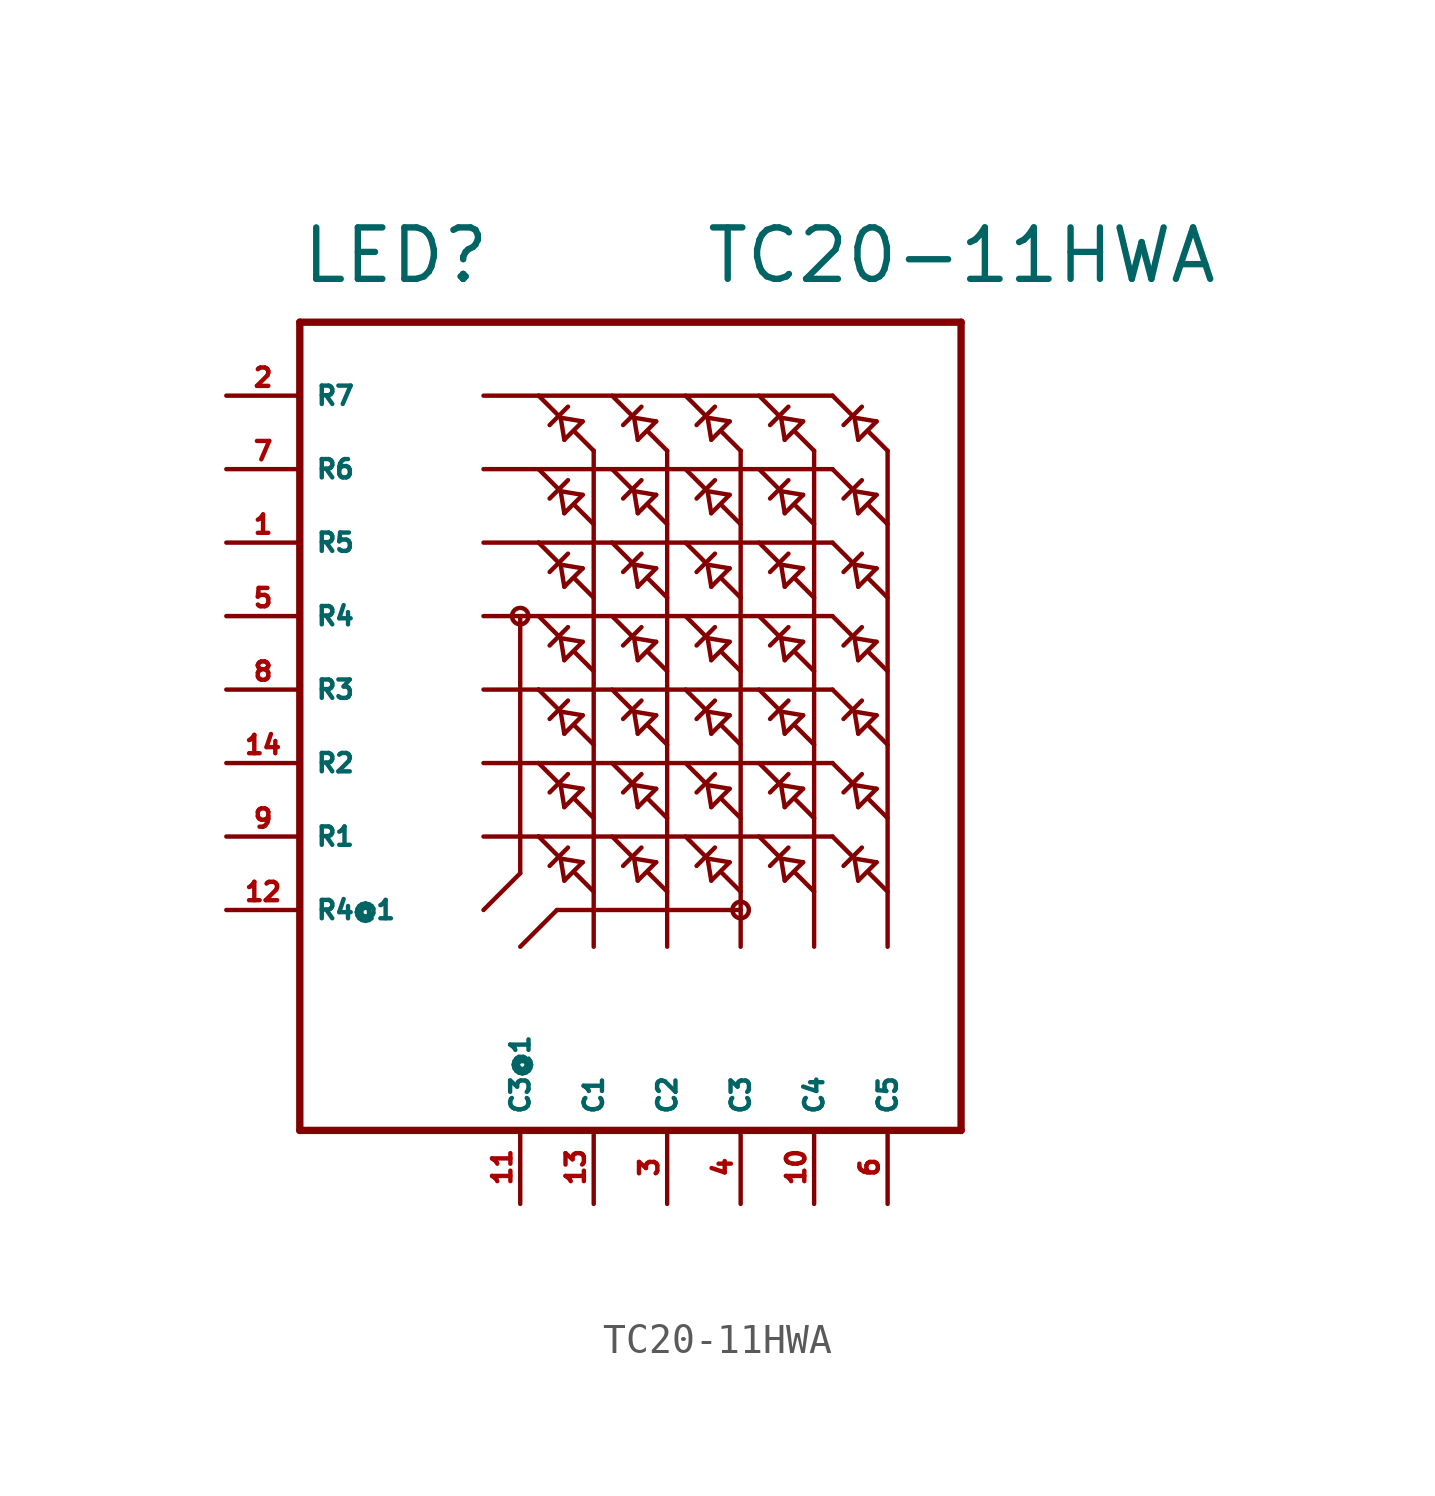
<source format=kicad_sym>
(kicad_symbol_lib
  (version 20220914)
  (generator Eagle2Kicad)
  (symbol "TC20-11HWA"
    (property "Reference" "LED"
      (at -12.7 13.97 0)
      (effects (font (size 1.778 1.778) (thickness 0.22)) (justify left bottom)))
    (property "Value" "TC20-11HWA"
      (at 1.27 13.97 0)
      (effects (font (size 1.778 1.778) (thickness 0.22)) (justify left bottom)))
    (polyline
      (pts (xy -6.35 10.16) (xy -4.445 10.16))
      (stroke (width 0.152) (type default))
      (fill (type none)))
    (polyline
      (pts (xy -4.445 10.16) (xy 5.715 10.16))
      (stroke (width 0.152) (type default))
      (fill (type none)))
    (polyline
      (pts (xy -3.175 8.89) (xy -2.54 8.255))
      (stroke (width 0.152) (type default))
      (fill (type none)))
    (polyline
      (pts (xy -3.556 8.636) (xy -2.921 9.271))
      (stroke (width 0.152) (type default))
      (fill (type none)))
    (polyline
      (pts (xy -3.429 9.779) (xy -4.064 9.144))
      (stroke (width 0.152) (type default))
      (fill (type none)))
    (polyline
      (pts (xy -4.445 10.16) (xy -3.81 9.525))
      (stroke (width 0.152) (type default))
      (fill (type none)))
    (polyline
      (pts (xy -2.54 8.255) (xy -2.54 -8.89))
      (stroke (width 0.152) (type default))
      (fill (type none)))
    (polyline
      (pts (xy -12.7 -15.24) (xy 10.16 -15.24))
      (stroke (width 0.254) (type default))
      (fill (type none)))
    (polyline
      (pts (xy 10.16 -15.24) (xy 10.16 12.7))
      (stroke (width 0.254) (type default))
      (fill (type none)))
    (polyline
      (pts (xy 10.16 12.7) (xy -12.7 12.7))
      (stroke (width 0.254) (type default))
      (fill (type none)))
    (polyline
      (pts (xy -12.7 12.7) (xy -12.7 -15.24))
      (stroke (width 0.254) (type default))
      (fill (type none)))
    (polyline
      (pts (xy 0 8.255) (xy 0 -8.89))
      (stroke (width 0.152) (type default))
      (fill (type none)))
    (polyline
      (pts (xy 2.54 8.255) (xy 2.54 -7.62))
      (stroke (width 0.152) (type default))
      (fill (type none)))
    (polyline
      (pts (xy 2.54 -7.62) (xy 2.54 -8.89))
      (stroke (width 0.152) (type default))
      (fill (type none)))
    (polyline
      (pts (xy 5.08 8.255) (xy 5.08 -8.89))
      (stroke (width 0.152) (type default))
      (fill (type none)))
    (polyline
      (pts (xy 7.62 8.255) (xy 7.62 -8.89))
      (stroke (width 0.152) (type default))
      (fill (type none)))
    (polyline
      (pts (xy -6.35 7.62) (xy -4.445 7.62))
      (stroke (width 0.152) (type default))
      (fill (type none)))
    (polyline
      (pts (xy -4.445 7.62) (xy 5.715 7.62))
      (stroke (width 0.152) (type default))
      (fill (type none)))
    (polyline
      (pts (xy -6.35 5.08) (xy -4.445 5.08))
      (stroke (width 0.152) (type default))
      (fill (type none)))
    (polyline
      (pts (xy -4.445 5.08) (xy 5.715 5.08))
      (stroke (width 0.152) (type default))
      (fill (type none)))
    (polyline
      (pts (xy -6.35 2.54) (xy -5.08 2.54))
      (stroke (width 0.152) (type default))
      (fill (type none)))
    (polyline
      (pts (xy -5.08 2.54) (xy -4.445 2.54))
      (stroke (width 0.152) (type default))
      (fill (type none)))
    (polyline
      (pts (xy -4.445 2.54) (xy 5.715 2.54))
      (stroke (width 0.152) (type default))
      (fill (type none)))
    (polyline
      (pts (xy -6.35 0) (xy -4.445 0))
      (stroke (width 0.152) (type default))
      (fill (type none)))
    (polyline
      (pts (xy -4.445 0) (xy 5.715 0))
      (stroke (width 0.152) (type default))
      (fill (type none)))
    (polyline
      (pts (xy -6.35 -2.54) (xy -4.445 -2.54))
      (stroke (width 0.152) (type default))
      (fill (type none)))
    (polyline
      (pts (xy -4.445 -2.54) (xy 5.715 -2.54))
      (stroke (width 0.152) (type default))
      (fill (type none)))
    (polyline
      (pts (xy -6.35 -5.08) (xy -4.445 -5.08))
      (stroke (width 0.152) (type default))
      (fill (type none)))
    (polyline
      (pts (xy -4.445 -5.08) (xy 5.715 -5.08))
      (stroke (width 0.152) (type default))
      (fill (type none)))
    (polyline
      (pts (xy -6.35 -7.62) (xy -5.08 -6.35))
      (stroke (width 0.152) (type default))
      (fill (type none)))
    (polyline
      (pts (xy -5.08 -6.35) (xy -5.08 2.54))
      (stroke (width 0.152) (type default))
      (fill (type none)))
    (polyline
      (pts (xy -5.08 -8.89) (xy -3.81 -7.62))
      (stroke (width 0.152) (type default))
      (fill (type none)))
    (polyline
      (pts (xy -3.81 -7.62) (xy 2.54 -7.62))
      (stroke (width 0.152) (type default))
      (fill (type none)))
    (polyline
      (pts (xy -3.683 9.398) (xy -2.921 9.271))
      (stroke (width 0.152) (type default))
      (fill (type none)))
    (polyline
      (pts (xy -3.556 8.636) (xy -3.683 9.398))
      (stroke (width 0.152) (type default))
      (fill (type none)))
    (polyline
      (pts (xy -0.635 8.89) (xy 0 8.255))
      (stroke (width 0.152) (type default))
      (fill (type none)))
    (polyline
      (pts (xy -1.016 8.636) (xy -0.381 9.271))
      (stroke (width 0.152) (type default))
      (fill (type none)))
    (polyline
      (pts (xy -0.889 9.779) (xy -1.524 9.144))
      (stroke (width 0.152) (type default))
      (fill (type none)))
    (polyline
      (pts (xy -1.905 10.16) (xy -1.27 9.525))
      (stroke (width 0.152) (type default))
      (fill (type none)))
    (polyline
      (pts (xy -1.143 9.398) (xy -0.381 9.271))
      (stroke (width 0.152) (type default))
      (fill (type none)))
    (polyline
      (pts (xy -1.016 8.636) (xy -1.143 9.398))
      (stroke (width 0.152) (type default))
      (fill (type none)))
    (polyline
      (pts (xy 1.905 8.89) (xy 2.54 8.255))
      (stroke (width 0.152) (type default))
      (fill (type none)))
    (polyline
      (pts (xy 1.524 8.636) (xy 2.159 9.271))
      (stroke (width 0.152) (type default))
      (fill (type none)))
    (polyline
      (pts (xy 1.651 9.779) (xy 1.016 9.144))
      (stroke (width 0.152) (type default))
      (fill (type none)))
    (polyline
      (pts (xy 0.635 10.16) (xy 1.27 9.525))
      (stroke (width 0.152) (type default))
      (fill (type none)))
    (polyline
      (pts (xy 1.397 9.398) (xy 2.159 9.271))
      (stroke (width 0.152) (type default))
      (fill (type none)))
    (polyline
      (pts (xy 1.524 8.636) (xy 1.397 9.398))
      (stroke (width 0.152) (type default))
      (fill (type none)))
    (polyline
      (pts (xy 4.445 8.89) (xy 5.08 8.255))
      (stroke (width 0.152) (type default))
      (fill (type none)))
    (polyline
      (pts (xy 4.064 8.636) (xy 4.699 9.271))
      (stroke (width 0.152) (type default))
      (fill (type none)))
    (polyline
      (pts (xy 4.191 9.779) (xy 3.556 9.144))
      (stroke (width 0.152) (type default))
      (fill (type none)))
    (polyline
      (pts (xy 3.175 10.16) (xy 3.81 9.525))
      (stroke (width 0.152) (type default))
      (fill (type none)))
    (polyline
      (pts (xy 3.937 9.398) (xy 4.699 9.271))
      (stroke (width 0.152) (type default))
      (fill (type none)))
    (polyline
      (pts (xy 4.064 8.636) (xy 3.937 9.398))
      (stroke (width 0.152) (type default))
      (fill (type none)))
    (polyline
      (pts (xy 6.985 8.89) (xy 7.62 8.255))
      (stroke (width 0.152) (type default))
      (fill (type none)))
    (polyline
      (pts (xy 6.604 8.636) (xy 7.239 9.271))
      (stroke (width 0.152) (type default))
      (fill (type none)))
    (polyline
      (pts (xy 6.731 9.779) (xy 6.096 9.144))
      (stroke (width 0.152) (type default))
      (fill (type none)))
    (polyline
      (pts (xy 5.715 10.16) (xy 6.35 9.525))
      (stroke (width 0.152) (type default))
      (fill (type none)))
    (polyline
      (pts (xy 6.477 9.398) (xy 7.239 9.271))
      (stroke (width 0.152) (type default))
      (fill (type none)))
    (polyline
      (pts (xy 6.604 8.636) (xy 6.477 9.398))
      (stroke (width 0.152) (type default))
      (fill (type none)))
    (polyline
      (pts (xy -3.175 6.35) (xy -2.54 5.715))
      (stroke (width 0.152) (type default))
      (fill (type none)))
    (polyline
      (pts (xy -3.556 6.096) (xy -2.921 6.731))
      (stroke (width 0.152) (type default))
      (fill (type none)))
    (polyline
      (pts (xy -3.429 7.239) (xy -4.064 6.604))
      (stroke (width 0.152) (type default))
      (fill (type none)))
    (polyline
      (pts (xy -4.445 7.62) (xy -3.81 6.985))
      (stroke (width 0.152) (type default))
      (fill (type none)))
    (polyline
      (pts (xy -3.683 6.858) (xy -2.921 6.731))
      (stroke (width 0.152) (type default))
      (fill (type none)))
    (polyline
      (pts (xy -3.556 6.096) (xy -3.683 6.858))
      (stroke (width 0.152) (type default))
      (fill (type none)))
    (polyline
      (pts (xy -0.635 6.35) (xy 0 5.715))
      (stroke (width 0.152) (type default))
      (fill (type none)))
    (polyline
      (pts (xy -1.016 6.096) (xy -0.381 6.731))
      (stroke (width 0.152) (type default))
      (fill (type none)))
    (polyline
      (pts (xy -0.889 7.239) (xy -1.524 6.604))
      (stroke (width 0.152) (type default))
      (fill (type none)))
    (polyline
      (pts (xy -1.905 7.62) (xy -1.27 6.985))
      (stroke (width 0.152) (type default))
      (fill (type none)))
    (polyline
      (pts (xy -1.143 6.858) (xy -0.381 6.731))
      (stroke (width 0.152) (type default))
      (fill (type none)))
    (polyline
      (pts (xy -1.016 6.096) (xy -1.143 6.858))
      (stroke (width 0.152) (type default))
      (fill (type none)))
    (polyline
      (pts (xy 1.905 6.35) (xy 2.54 5.715))
      (stroke (width 0.152) (type default))
      (fill (type none)))
    (polyline
      (pts (xy 1.524 6.096) (xy 2.159 6.731))
      (stroke (width 0.152) (type default))
      (fill (type none)))
    (polyline
      (pts (xy 1.651 7.239) (xy 1.016 6.604))
      (stroke (width 0.152) (type default))
      (fill (type none)))
    (polyline
      (pts (xy 0.635 7.62) (xy 1.27 6.985))
      (stroke (width 0.152) (type default))
      (fill (type none)))
    (polyline
      (pts (xy 1.397 6.858) (xy 2.159 6.731))
      (stroke (width 0.152) (type default))
      (fill (type none)))
    (polyline
      (pts (xy 1.524 6.096) (xy 1.397 6.858))
      (stroke (width 0.152) (type default))
      (fill (type none)))
    (polyline
      (pts (xy 4.445 6.35) (xy 5.08 5.715))
      (stroke (width 0.152) (type default))
      (fill (type none)))
    (polyline
      (pts (xy 4.064 6.096) (xy 4.699 6.731))
      (stroke (width 0.152) (type default))
      (fill (type none)))
    (polyline
      (pts (xy 4.191 7.239) (xy 3.556 6.604))
      (stroke (width 0.152) (type default))
      (fill (type none)))
    (polyline
      (pts (xy 3.175 7.62) (xy 3.81 6.985))
      (stroke (width 0.152) (type default))
      (fill (type none)))
    (polyline
      (pts (xy 3.937 6.858) (xy 4.699 6.731))
      (stroke (width 0.152) (type default))
      (fill (type none)))
    (polyline
      (pts (xy 4.064 6.096) (xy 3.937 6.858))
      (stroke (width 0.152) (type default))
      (fill (type none)))
    (polyline
      (pts (xy 6.985 6.35) (xy 7.62 5.715))
      (stroke (width 0.152) (type default))
      (fill (type none)))
    (polyline
      (pts (xy 6.604 6.096) (xy 7.239 6.731))
      (stroke (width 0.152) (type default))
      (fill (type none)))
    (polyline
      (pts (xy 6.731 7.239) (xy 6.096 6.604))
      (stroke (width 0.152) (type default))
      (fill (type none)))
    (polyline
      (pts (xy 5.715 7.62) (xy 6.35 6.985))
      (stroke (width 0.152) (type default))
      (fill (type none)))
    (polyline
      (pts (xy 6.477 6.858) (xy 7.239 6.731))
      (stroke (width 0.152) (type default))
      (fill (type none)))
    (polyline
      (pts (xy 6.604 6.096) (xy 6.477 6.858))
      (stroke (width 0.152) (type default))
      (fill (type none)))
    (polyline
      (pts (xy -3.175 3.81) (xy -2.54 3.175))
      (stroke (width 0.152) (type default))
      (fill (type none)))
    (polyline
      (pts (xy -3.556 3.556) (xy -2.921 4.191))
      (stroke (width 0.152) (type default))
      (fill (type none)))
    (polyline
      (pts (xy -3.429 4.699) (xy -4.064 4.064))
      (stroke (width 0.152) (type default))
      (fill (type none)))
    (polyline
      (pts (xy -4.445 5.08) (xy -3.81 4.445))
      (stroke (width 0.152) (type default))
      (fill (type none)))
    (polyline
      (pts (xy -3.683 4.318) (xy -2.921 4.191))
      (stroke (width 0.152) (type default))
      (fill (type none)))
    (polyline
      (pts (xy -3.556 3.556) (xy -3.683 4.318))
      (stroke (width 0.152) (type default))
      (fill (type none)))
    (polyline
      (pts (xy -0.635 3.81) (xy 0 3.175))
      (stroke (width 0.152) (type default))
      (fill (type none)))
    (polyline
      (pts (xy -1.016 3.556) (xy -0.381 4.191))
      (stroke (width 0.152) (type default))
      (fill (type none)))
    (polyline
      (pts (xy -0.889 4.699) (xy -1.524 4.064))
      (stroke (width 0.152) (type default))
      (fill (type none)))
    (polyline
      (pts (xy -1.905 5.08) (xy -1.27 4.445))
      (stroke (width 0.152) (type default))
      (fill (type none)))
    (polyline
      (pts (xy -1.143 4.318) (xy -0.381 4.191))
      (stroke (width 0.152) (type default))
      (fill (type none)))
    (polyline
      (pts (xy -1.016 3.556) (xy -1.143 4.318))
      (stroke (width 0.152) (type default))
      (fill (type none)))
    (polyline
      (pts (xy 1.905 3.81) (xy 2.54 3.175))
      (stroke (width 0.152) (type default))
      (fill (type none)))
    (polyline
      (pts (xy 1.524 3.556) (xy 2.159 4.191))
      (stroke (width 0.152) (type default))
      (fill (type none)))
    (polyline
      (pts (xy 1.651 4.699) (xy 1.016 4.064))
      (stroke (width 0.152) (type default))
      (fill (type none)))
    (polyline
      (pts (xy 0.635 5.08) (xy 1.27 4.445))
      (stroke (width 0.152) (type default))
      (fill (type none)))
    (polyline
      (pts (xy 1.397 4.318) (xy 2.159 4.191))
      (stroke (width 0.152) (type default))
      (fill (type none)))
    (polyline
      (pts (xy 1.524 3.556) (xy 1.397 4.318))
      (stroke (width 0.152) (type default))
      (fill (type none)))
    (polyline
      (pts (xy 4.445 3.81) (xy 5.08 3.175))
      (stroke (width 0.152) (type default))
      (fill (type none)))
    (polyline
      (pts (xy 4.064 3.556) (xy 4.699 4.191))
      (stroke (width 0.152) (type default))
      (fill (type none)))
    (polyline
      (pts (xy 4.191 4.699) (xy 3.556 4.064))
      (stroke (width 0.152) (type default))
      (fill (type none)))
    (polyline
      (pts (xy 3.175 5.08) (xy 3.81 4.445))
      (stroke (width 0.152) (type default))
      (fill (type none)))
    (polyline
      (pts (xy 3.937 4.318) (xy 4.699 4.191))
      (stroke (width 0.152) (type default))
      (fill (type none)))
    (polyline
      (pts (xy 4.064 3.556) (xy 3.937 4.318))
      (stroke (width 0.152) (type default))
      (fill (type none)))
    (polyline
      (pts (xy 6.985 3.81) (xy 7.62 3.175))
      (stroke (width 0.152) (type default))
      (fill (type none)))
    (polyline
      (pts (xy 6.604 3.556) (xy 7.239 4.191))
      (stroke (width 0.152) (type default))
      (fill (type none)))
    (polyline
      (pts (xy 6.731 4.699) (xy 6.096 4.064))
      (stroke (width 0.152) (type default))
      (fill (type none)))
    (polyline
      (pts (xy 5.715 5.08) (xy 6.35 4.445))
      (stroke (width 0.152) (type default))
      (fill (type none)))
    (polyline
      (pts (xy 6.477 4.318) (xy 7.239 4.191))
      (stroke (width 0.152) (type default))
      (fill (type none)))
    (polyline
      (pts (xy 6.604 3.556) (xy 6.477 4.318))
      (stroke (width 0.152) (type default))
      (fill (type none)))
    (polyline
      (pts (xy -3.175 1.27) (xy -2.54 0.635))
      (stroke (width 0.152) (type default))
      (fill (type none)))
    (polyline
      (pts (xy -3.556 1.016) (xy -2.921 1.651))
      (stroke (width 0.152) (type default))
      (fill (type none)))
    (polyline
      (pts (xy -3.429 2.159) (xy -4.064 1.524))
      (stroke (width 0.152) (type default))
      (fill (type none)))
    (polyline
      (pts (xy -4.445 2.54) (xy -3.81 1.905))
      (stroke (width 0.152) (type default))
      (fill (type none)))
    (polyline
      (pts (xy -3.683 1.778) (xy -2.921 1.651))
      (stroke (width 0.152) (type default))
      (fill (type none)))
    (polyline
      (pts (xy -3.556 1.016) (xy -3.683 1.778))
      (stroke (width 0.152) (type default))
      (fill (type none)))
    (polyline
      (pts (xy -0.635 1.27) (xy 0 0.635))
      (stroke (width 0.152) (type default))
      (fill (type none)))
    (polyline
      (pts (xy -1.016 1.016) (xy -0.381 1.651))
      (stroke (width 0.152) (type default))
      (fill (type none)))
    (polyline
      (pts (xy -0.889 2.159) (xy -1.524 1.524))
      (stroke (width 0.152) (type default))
      (fill (type none)))
    (polyline
      (pts (xy -1.905 2.54) (xy -1.27 1.905))
      (stroke (width 0.152) (type default))
      (fill (type none)))
    (polyline
      (pts (xy -1.143 1.778) (xy -0.381 1.651))
      (stroke (width 0.152) (type default))
      (fill (type none)))
    (polyline
      (pts (xy -1.016 1.016) (xy -1.143 1.778))
      (stroke (width 0.152) (type default))
      (fill (type none)))
    (polyline
      (pts (xy 1.905 1.27) (xy 2.54 0.635))
      (stroke (width 0.152) (type default))
      (fill (type none)))
    (polyline
      (pts (xy 1.524 1.016) (xy 2.159 1.651))
      (stroke (width 0.152) (type default))
      (fill (type none)))
    (polyline
      (pts (xy 1.651 2.159) (xy 1.016 1.524))
      (stroke (width 0.152) (type default))
      (fill (type none)))
    (polyline
      (pts (xy 0.635 2.54) (xy 1.27 1.905))
      (stroke (width 0.152) (type default))
      (fill (type none)))
    (polyline
      (pts (xy 1.397 1.778) (xy 2.159 1.651))
      (stroke (width 0.152) (type default))
      (fill (type none)))
    (polyline
      (pts (xy 1.524 1.016) (xy 1.397 1.778))
      (stroke (width 0.152) (type default))
      (fill (type none)))
    (polyline
      (pts (xy 4.445 1.27) (xy 5.08 0.635))
      (stroke (width 0.152) (type default))
      (fill (type none)))
    (polyline
      (pts (xy 4.064 1.016) (xy 4.699 1.651))
      (stroke (width 0.152) (type default))
      (fill (type none)))
    (polyline
      (pts (xy 4.191 2.159) (xy 3.556 1.524))
      (stroke (width 0.152) (type default))
      (fill (type none)))
    (polyline
      (pts (xy 3.175 2.54) (xy 3.81 1.905))
      (stroke (width 0.152) (type default))
      (fill (type none)))
    (polyline
      (pts (xy 3.937 1.778) (xy 4.699 1.651))
      (stroke (width 0.152) (type default))
      (fill (type none)))
    (polyline
      (pts (xy 4.064 1.016) (xy 3.937 1.778))
      (stroke (width 0.152) (type default))
      (fill (type none)))
    (polyline
      (pts (xy 6.985 1.27) (xy 7.62 0.635))
      (stroke (width 0.152) (type default))
      (fill (type none)))
    (polyline
      (pts (xy 6.604 1.016) (xy 7.239 1.651))
      (stroke (width 0.152) (type default))
      (fill (type none)))
    (polyline
      (pts (xy 6.731 2.159) (xy 6.096 1.524))
      (stroke (width 0.152) (type default))
      (fill (type none)))
    (polyline
      (pts (xy 5.715 2.54) (xy 6.35 1.905))
      (stroke (width 0.152) (type default))
      (fill (type none)))
    (polyline
      (pts (xy 6.477 1.778) (xy 7.239 1.651))
      (stroke (width 0.152) (type default))
      (fill (type none)))
    (polyline
      (pts (xy 6.604 1.016) (xy 6.477 1.778))
      (stroke (width 0.152) (type default))
      (fill (type none)))
    (polyline
      (pts (xy -3.175 -1.27) (xy -2.54 -1.905))
      (stroke (width 0.152) (type default))
      (fill (type none)))
    (polyline
      (pts (xy -3.556 -1.524) (xy -2.921 -0.889))
      (stroke (width 0.152) (type default))
      (fill (type none)))
    (polyline
      (pts (xy -3.429 -0.381) (xy -4.064 -1.016))
      (stroke (width 0.152) (type default))
      (fill (type none)))
    (polyline
      (pts (xy -4.445 0) (xy -3.81 -0.635))
      (stroke (width 0.152) (type default))
      (fill (type none)))
    (polyline
      (pts (xy -3.683 -0.762) (xy -2.921 -0.889))
      (stroke (width 0.152) (type default))
      (fill (type none)))
    (polyline
      (pts (xy -3.556 -1.524) (xy -3.683 -0.762))
      (stroke (width 0.152) (type default))
      (fill (type none)))
    (polyline
      (pts (xy -0.635 -1.27) (xy 0 -1.905))
      (stroke (width 0.152) (type default))
      (fill (type none)))
    (polyline
      (pts (xy -1.016 -1.524) (xy -0.381 -0.889))
      (stroke (width 0.152) (type default))
      (fill (type none)))
    (polyline
      (pts (xy -0.889 -0.381) (xy -1.524 -1.016))
      (stroke (width 0.152) (type default))
      (fill (type none)))
    (polyline
      (pts (xy -1.905 0) (xy -1.27 -0.635))
      (stroke (width 0.152) (type default))
      (fill (type none)))
    (polyline
      (pts (xy -1.143 -0.762) (xy -0.381 -0.889))
      (stroke (width 0.152) (type default))
      (fill (type none)))
    (polyline
      (pts (xy -1.016 -1.524) (xy -1.143 -0.762))
      (stroke (width 0.152) (type default))
      (fill (type none)))
    (polyline
      (pts (xy 1.905 -1.27) (xy 2.54 -1.905))
      (stroke (width 0.152) (type default))
      (fill (type none)))
    (polyline
      (pts (xy 1.524 -1.524) (xy 2.159 -0.889))
      (stroke (width 0.152) (type default))
      (fill (type none)))
    (polyline
      (pts (xy 1.651 -0.381) (xy 1.016 -1.016))
      (stroke (width 0.152) (type default))
      (fill (type none)))
    (polyline
      (pts (xy 0.635 0) (xy 1.27 -0.635))
      (stroke (width 0.152) (type default))
      (fill (type none)))
    (polyline
      (pts (xy 1.397 -0.762) (xy 2.159 -0.889))
      (stroke (width 0.152) (type default))
      (fill (type none)))
    (polyline
      (pts (xy 1.524 -1.524) (xy 1.397 -0.762))
      (stroke (width 0.152) (type default))
      (fill (type none)))
    (polyline
      (pts (xy 4.445 -1.27) (xy 5.08 -1.905))
      (stroke (width 0.152) (type default))
      (fill (type none)))
    (polyline
      (pts (xy 4.064 -1.524) (xy 4.699 -0.889))
      (stroke (width 0.152) (type default))
      (fill (type none)))
    (polyline
      (pts (xy 4.191 -0.381) (xy 3.556 -1.016))
      (stroke (width 0.152) (type default))
      (fill (type none)))
    (polyline
      (pts (xy 3.175 0) (xy 3.81 -0.635))
      (stroke (width 0.152) (type default))
      (fill (type none)))
    (polyline
      (pts (xy 3.937 -0.762) (xy 4.699 -0.889))
      (stroke (width 0.152) (type default))
      (fill (type none)))
    (polyline
      (pts (xy 4.064 -1.524) (xy 3.937 -0.762))
      (stroke (width 0.152) (type default))
      (fill (type none)))
    (polyline
      (pts (xy 6.985 -1.27) (xy 7.62 -1.905))
      (stroke (width 0.152) (type default))
      (fill (type none)))
    (polyline
      (pts (xy 6.604 -1.524) (xy 7.239 -0.889))
      (stroke (width 0.152) (type default))
      (fill (type none)))
    (polyline
      (pts (xy 6.731 -0.381) (xy 6.096 -1.016))
      (stroke (width 0.152) (type default))
      (fill (type none)))
    (polyline
      (pts (xy 5.715 0) (xy 6.35 -0.635))
      (stroke (width 0.152) (type default))
      (fill (type none)))
    (polyline
      (pts (xy 6.477 -0.762) (xy 7.239 -0.889))
      (stroke (width 0.152) (type default))
      (fill (type none)))
    (polyline
      (pts (xy 6.604 -1.524) (xy 6.477 -0.762))
      (stroke (width 0.152) (type default))
      (fill (type none)))
    (polyline
      (pts (xy -3.175 -3.81) (xy -2.54 -4.445))
      (stroke (width 0.152) (type default))
      (fill (type none)))
    (polyline
      (pts (xy -3.556 -4.064) (xy -2.921 -3.429))
      (stroke (width 0.152) (type default))
      (fill (type none)))
    (polyline
      (pts (xy -3.429 -2.921) (xy -4.064 -3.556))
      (stroke (width 0.152) (type default))
      (fill (type none)))
    (polyline
      (pts (xy -4.445 -2.54) (xy -3.81 -3.175))
      (stroke (width 0.152) (type default))
      (fill (type none)))
    (polyline
      (pts (xy -3.683 -3.302) (xy -2.921 -3.429))
      (stroke (width 0.152) (type default))
      (fill (type none)))
    (polyline
      (pts (xy -3.556 -4.064) (xy -3.683 -3.302))
      (stroke (width 0.152) (type default))
      (fill (type none)))
    (polyline
      (pts (xy -0.635 -3.81) (xy 0 -4.445))
      (stroke (width 0.152) (type default))
      (fill (type none)))
    (polyline
      (pts (xy -1.016 -4.064) (xy -0.381 -3.429))
      (stroke (width 0.152) (type default))
      (fill (type none)))
    (polyline
      (pts (xy -0.889 -2.921) (xy -1.524 -3.556))
      (stroke (width 0.152) (type default))
      (fill (type none)))
    (polyline
      (pts (xy -1.905 -2.54) (xy -1.27 -3.175))
      (stroke (width 0.152) (type default))
      (fill (type none)))
    (polyline
      (pts (xy -1.143 -3.302) (xy -0.381 -3.429))
      (stroke (width 0.152) (type default))
      (fill (type none)))
    (polyline
      (pts (xy -1.016 -4.064) (xy -1.143 -3.302))
      (stroke (width 0.152) (type default))
      (fill (type none)))
    (polyline
      (pts (xy 1.905 -3.81) (xy 2.54 -4.445))
      (stroke (width 0.152) (type default))
      (fill (type none)))
    (polyline
      (pts (xy 1.524 -4.064) (xy 2.159 -3.429))
      (stroke (width 0.152) (type default))
      (fill (type none)))
    (polyline
      (pts (xy 1.651 -2.921) (xy 1.016 -3.556))
      (stroke (width 0.152) (type default))
      (fill (type none)))
    (polyline
      (pts (xy 0.635 -2.54) (xy 1.27 -3.175))
      (stroke (width 0.152) (type default))
      (fill (type none)))
    (polyline
      (pts (xy 1.397 -3.302) (xy 2.159 -3.429))
      (stroke (width 0.152) (type default))
      (fill (type none)))
    (polyline
      (pts (xy 1.524 -4.064) (xy 1.397 -3.302))
      (stroke (width 0.152) (type default))
      (fill (type none)))
    (polyline
      (pts (xy 4.445 -3.81) (xy 5.08 -4.445))
      (stroke (width 0.152) (type default))
      (fill (type none)))
    (polyline
      (pts (xy 4.064 -4.064) (xy 4.699 -3.429))
      (stroke (width 0.152) (type default))
      (fill (type none)))
    (polyline
      (pts (xy 4.191 -2.921) (xy 3.556 -3.556))
      (stroke (width 0.152) (type default))
      (fill (type none)))
    (polyline
      (pts (xy 3.175 -2.54) (xy 3.81 -3.175))
      (stroke (width 0.152) (type default))
      (fill (type none)))
    (polyline
      (pts (xy 3.937 -3.302) (xy 4.699 -3.429))
      (stroke (width 0.152) (type default))
      (fill (type none)))
    (polyline
      (pts (xy 4.064 -4.064) (xy 3.937 -3.302))
      (stroke (width 0.152) (type default))
      (fill (type none)))
    (polyline
      (pts (xy 6.985 -3.81) (xy 7.62 -4.445))
      (stroke (width 0.152) (type default))
      (fill (type none)))
    (polyline
      (pts (xy 6.604 -4.064) (xy 7.239 -3.429))
      (stroke (width 0.152) (type default))
      (fill (type none)))
    (polyline
      (pts (xy 6.731 -2.921) (xy 6.096 -3.556))
      (stroke (width 0.152) (type default))
      (fill (type none)))
    (polyline
      (pts (xy 5.715 -2.54) (xy 6.35 -3.175))
      (stroke (width 0.152) (type default))
      (fill (type none)))
    (polyline
      (pts (xy 6.477 -3.302) (xy 7.239 -3.429))
      (stroke (width 0.152) (type default))
      (fill (type none)))
    (polyline
      (pts (xy 6.604 -4.064) (xy 6.477 -3.302))
      (stroke (width 0.152) (type default))
      (fill (type none)))
    (polyline
      (pts (xy -3.175 -6.35) (xy -2.54 -6.985))
      (stroke (width 0.152) (type default))
      (fill (type none)))
    (polyline
      (pts (xy -3.556 -6.604) (xy -2.921 -5.969))
      (stroke (width 0.152) (type default))
      (fill (type none)))
    (polyline
      (pts (xy -3.429 -5.461) (xy -4.064 -6.096))
      (stroke (width 0.152) (type default))
      (fill (type none)))
    (polyline
      (pts (xy -4.445 -5.08) (xy -3.81 -5.715))
      (stroke (width 0.152) (type default))
      (fill (type none)))
    (polyline
      (pts (xy -3.683 -5.842) (xy -2.921 -5.969))
      (stroke (width 0.152) (type default))
      (fill (type none)))
    (polyline
      (pts (xy -3.556 -6.604) (xy -3.683 -5.842))
      (stroke (width 0.152) (type default))
      (fill (type none)))
    (polyline
      (pts (xy -0.635 -6.35) (xy 0 -6.985))
      (stroke (width 0.152) (type default))
      (fill (type none)))
    (polyline
      (pts (xy -1.016 -6.604) (xy -0.381 -5.969))
      (stroke (width 0.152) (type default))
      (fill (type none)))
    (polyline
      (pts (xy -0.889 -5.461) (xy -1.524 -6.096))
      (stroke (width 0.152) (type default))
      (fill (type none)))
    (polyline
      (pts (xy -1.905 -5.08) (xy -1.27 -5.715))
      (stroke (width 0.152) (type default))
      (fill (type none)))
    (polyline
      (pts (xy -1.143 -5.842) (xy -0.381 -5.969))
      (stroke (width 0.152) (type default))
      (fill (type none)))
    (polyline
      (pts (xy -1.016 -6.604) (xy -1.143 -5.842))
      (stroke (width 0.152) (type default))
      (fill (type none)))
    (polyline
      (pts (xy 1.905 -6.35) (xy 2.54 -6.985))
      (stroke (width 0.152) (type default))
      (fill (type none)))
    (polyline
      (pts (xy 1.524 -6.604) (xy 2.159 -5.969))
      (stroke (width 0.152) (type default))
      (fill (type none)))
    (polyline
      (pts (xy 1.651 -5.461) (xy 1.016 -6.096))
      (stroke (width 0.152) (type default))
      (fill (type none)))
    (polyline
      (pts (xy 0.635 -5.08) (xy 1.27 -5.715))
      (stroke (width 0.152) (type default))
      (fill (type none)))
    (polyline
      (pts (xy 1.397 -5.842) (xy 2.159 -5.969))
      (stroke (width 0.152) (type default))
      (fill (type none)))
    (polyline
      (pts (xy 1.524 -6.604) (xy 1.397 -5.842))
      (stroke (width 0.152) (type default))
      (fill (type none)))
    (polyline
      (pts (xy 4.445 -6.35) (xy 5.08 -6.985))
      (stroke (width 0.152) (type default))
      (fill (type none)))
    (polyline
      (pts (xy 4.064 -6.604) (xy 4.699 -5.969))
      (stroke (width 0.152) (type default))
      (fill (type none)))
    (polyline
      (pts (xy 4.191 -5.461) (xy 3.556 -6.096))
      (stroke (width 0.152) (type default))
      (fill (type none)))
    (polyline
      (pts (xy 3.175 -5.08) (xy 3.81 -5.715))
      (stroke (width 0.152) (type default))
      (fill (type none)))
    (polyline
      (pts (xy 3.937 -5.842) (xy 4.699 -5.969))
      (stroke (width 0.152) (type default))
      (fill (type none)))
    (polyline
      (pts (xy 4.064 -6.604) (xy 3.937 -5.842))
      (stroke (width 0.152) (type default))
      (fill (type none)))
    (polyline
      (pts (xy 6.985 -6.35) (xy 7.62 -6.985))
      (stroke (width 0.152) (type default))
      (fill (type none)))
    (polyline
      (pts (xy 6.604 -6.604) (xy 7.239 -5.969))
      (stroke (width 0.152) (type default))
      (fill (type none)))
    (polyline
      (pts (xy 6.731 -5.461) (xy 6.096 -6.096))
      (stroke (width 0.152) (type default))
      (fill (type none)))
    (polyline
      (pts (xy 5.715 -5.08) (xy 6.35 -5.715))
      (stroke (width 0.152) (type default))
      (fill (type none)))
    (polyline
      (pts (xy 6.477 -5.842) (xy 7.239 -5.969))
      (stroke (width 0.152) (type default))
      (fill (type none)))
    (polyline
      (pts (xy 6.604 -6.604) (xy 6.477 -5.842))
      (stroke (width 0.152) (type default))
      (fill (type none)))
    (circle
      (center -5.08 2.54)
      (radius 0.284)
      (stroke (width 0) (type default))
      (fill (type none)))
    (circle
      (center 2.54 -7.62)
      (radius 0.284)
      (stroke (width 0) (type default))
      (fill (type none)))
    (pin passive line
      (at -15.24 -5.08 0)
      (length 2.54)
      (name "R1" (effects (font (size 0.635 0.635) (thickness 0.08)) (justify left bottom)))
      (number "9" (effects (font (size 0.635 0.635) (thickness 0.08)) (justify left bottom))))
    (pin passive line
      (at -15.24 -2.54 0)
      (length 2.54)
      (name "R2" (effects (font (size 0.635 0.635) (thickness 0.08)) (justify left bottom)))
      (number "14" (effects (font (size 0.635 0.635) (thickness 0.08)) (justify left bottom))))
    (pin passive line
      (at -15.24 0 0)
      (length 2.54)
      (name "R3" (effects (font (size 0.635 0.635) (thickness 0.08)) (justify left bottom)))
      (number "8" (effects (font (size 0.635 0.635) (thickness 0.08)) (justify left bottom))))
    (pin passive line
      (at -15.24 2.54 0)
      (length 2.54)
      (name "R4" (effects (font (size 0.635 0.635) (thickness 0.08)) (justify left bottom)))
      (number "5" (effects (font (size 0.635 0.635) (thickness 0.08)) (justify left bottom))))
    (pin passive line
      (at -15.24 5.08 0)
      (length 2.54)
      (name "R5" (effects (font (size 0.635 0.635) (thickness 0.08)) (justify left bottom)))
      (number "1" (effects (font (size 0.635 0.635) (thickness 0.08)) (justify left bottom))))
    (pin passive line
      (at -15.24 7.62 0)
      (length 2.54)
      (name "R6" (effects (font (size 0.635 0.635) (thickness 0.08)) (justify left bottom)))
      (number "7" (effects (font (size 0.635 0.635) (thickness 0.08)) (justify left bottom))))
    (pin passive line
      (at -15.24 10.16 0)
      (length 2.54)
      (name "R7" (effects (font (size 0.635 0.635) (thickness 0.08)) (justify left bottom)))
      (number "2" (effects (font (size 0.635 0.635) (thickness 0.08)) (justify left bottom))))
    (pin passive line
      (at -2.54 -17.78 90)
      (length 2.54)
      (name "C1" (effects (font (size 0.635 0.635) (thickness 0.08)) (justify left bottom)))
      (number "13" (effects (font (size 0.635 0.635) (thickness 0.08)) (justify left bottom))))
    (pin passive line
      (at 0 -17.78 90)
      (length 2.54)
      (name "C2" (effects (font (size 0.635 0.635) (thickness 0.08)) (justify left bottom)))
      (number "3" (effects (font (size 0.635 0.635) (thickness 0.08)) (justify left bottom))))
    (pin passive line
      (at 2.54 -17.78 90)
      (length 2.54)
      (name "C3" (effects (font (size 0.635 0.635) (thickness 0.08)) (justify left bottom)))
      (number "4" (effects (font (size 0.635 0.635) (thickness 0.08)) (justify left bottom))))
    (pin passive line
      (at 5.08 -17.78 90)
      (length 2.54)
      (name "C4" (effects (font (size 0.635 0.635) (thickness 0.08)) (justify left bottom)))
      (number "10" (effects (font (size 0.635 0.635) (thickness 0.08)) (justify left bottom))))
    (pin passive line
      (at 7.62 -17.78 90)
      (length 2.54)
      (name "C5" (effects (font (size 0.635 0.635) (thickness 0.08)) (justify left bottom)))
      (number "6" (effects (font (size 0.635 0.635) (thickness 0.08)) (justify left bottom))))
    (pin passive line
      (at -15.24 -7.62 0)
      (length 2.54)
      (name "R4@1" (effects (font (size 0.635 0.635) (thickness 0.08)) (justify left bottom)))
      (number "12" (effects (font (size 0.635 0.635) (thickness 0.08)) (justify left bottom))))
    (pin passive line
      (at -5.08 -17.78 90)
      (length 2.54)
      (name "C3@1" (effects (font (size 0.635 0.635) (thickness 0.08)) (justify left bottom)))
      (number "11" (effects (font (size 0.635 0.635) (thickness 0.08)) (justify left bottom))))))
</source>
